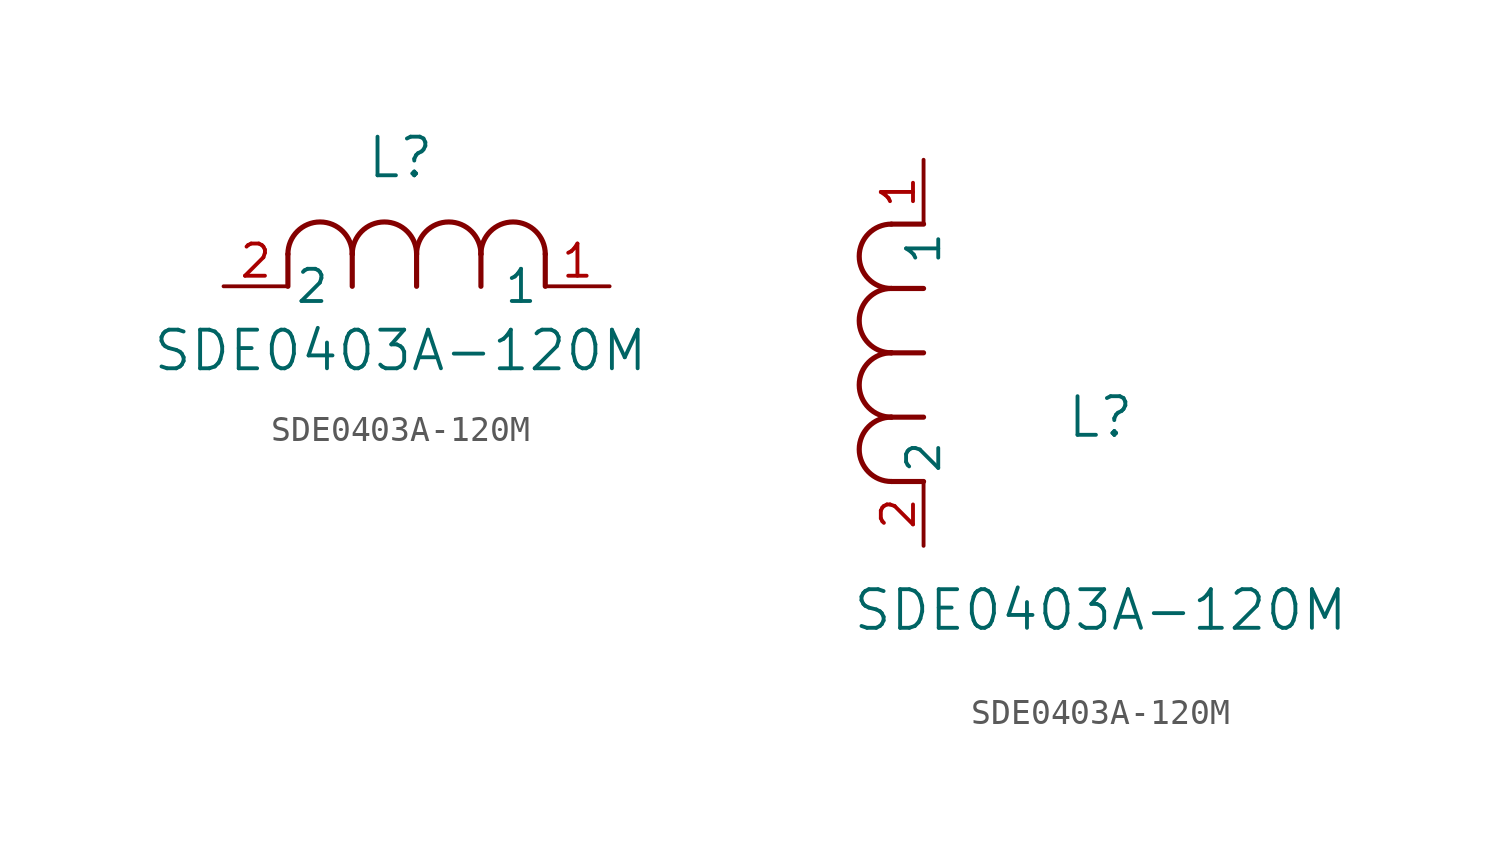
<source format=kicad_sym>
(kicad_symbol_lib
  (version 20211014)
  (generator kicad_symbol_editor)
  (symbol "SDE0403A-120M"
    (pin_names
      (offset 0.254))
    (property "Reference" "L"
      (at 6.985 5.08 0)
      (effects (font (size 1.524 1.524))))
    (property "Value" "SDE0403A-120M"
      (at 6.985 -2.54 0)
      (effects (font (size 1.524 1.524))))
    (symbol "SDE0403A-120M_1_1"
      (arc (start 7.62 1.27) (mid 6.35 2.54) (end 5.08 1.27) (stroke (width 0.2032) (type default) (color 0 0 0 0)) (fill (type none)))
      (polyline (pts (xy 5.08 0) (xy 5.08 1.27)) (stroke (width 0.203) (type default) (color 0 0 0 0)) (fill (type none)))
      (polyline (pts (xy 7.62 0) (xy 7.62 1.27)) (stroke (width 0.203) (type default) (color 0 0 0 0)) (fill (type none)))
      (polyline (pts (xy 12.7 0) (xy 12.7 1.27)) (stroke (width 0.203) (type default) (color 0 0 0 0)) (fill (type none)))
      (arc (start 5.08 1.27) (mid 3.81 2.54) (end 2.54 1.27) (stroke (width 0.2032) (type default) (color 0 0 0 0)) (fill (type none)))
      (arc (start 10.16 1.27) (mid 8.89 2.54) (end 7.62 1.27) (stroke (width 0.2032) (type default) (color 0 0 0 0)) (fill (type none)))
      (arc (start 12.7 1.27) (mid 11.43 2.54) (end 10.16 1.27) (stroke (width 0.2032) (type default) (color 0 0 0 0)) (fill (type none)))
      (polyline (pts (xy 2.54 0) (xy 2.54 1.27)) (stroke (width 0.203) (type default) (color 0 0 0 0)) (fill (type none)))
      (polyline (pts (xy 10.16 0) (xy 10.16 1.27)) (stroke (width 0.203) (type default) (color 0 0 0 0)) (fill (type none)))
      (pin unspecified line (at 0 0 0) (length 2.54) (name "2" (effects (font (size 1.27 1.27)))) (number "2" (effects (font (size 1.27 1.27)))))
      (pin unspecified line (at 15.24 0 180) (length 2.54) (name "1" (effects (font (size 1.27 1.27)))) (number "1" (effects (font (size 1.27 1.27))))))
    (symbol "SDE0403A-120M_1_2"
      (arc (start -1.27 7.62) (mid -2.54 6.35) (end -1.27 5.08) (stroke (width 0.2032) (type default) (color 0 0 0 0)) (fill (type none)))
      (arc (start -1.27 5.08) (mid -2.54 3.81) (end -1.27 2.54) (stroke (width 0.2032) (type default) (color 0 0 0 0)) (fill (type none)))
      (arc (start -1.27 12.7) (mid -2.54 11.43) (end -1.27 10.16) (stroke (width 0.2032) (type default) (color 0 0 0 0)) (fill (type none)))
      (arc (start -1.27 10.16) (mid -2.54 8.89) (end -1.27 7.62) (stroke (width 0.2032) (type default) (color 0 0 0 0)) (fill (type none)))
      (polyline (pts (xy 0 7.62) (xy -1.27 7.62)) (stroke (width 0.203) (type default) (color 0 0 0 0)) (fill (type none)))
      (polyline (pts (xy 0 5.08) (xy -1.27 5.08)) (stroke (width 0.203) (type default) (color 0 0 0 0)) (fill (type none)))
      (polyline (pts (xy 0 12.7) (xy -1.27 12.7)) (stroke (width 0.203) (type default) (color 0 0 0 0)) (fill (type none)))
      (polyline (pts (xy 0 2.54) (xy -1.27 2.54)) (stroke (width 0.203) (type default) (color 0 0 0 0)) (fill (type none)))
      (polyline (pts (xy 0 10.16) (xy -1.27 10.16)) (stroke (width 0.203) (type default) (color 0 0 0 0)) (fill (type none)))
      (pin unspecified line (at 0 0 90) (length 2.54) (name "2" (effects (font (size 1.27 1.27)))) (number "2" (effects (font (size 1.27 1.27)))))
      (pin unspecified line (at 0 15.24 270) (length 2.54) (name "1" (effects (font (size 1.27 1.27)))) (number "1" (effects (font (size 1.27 1.27))))))))
</source>
